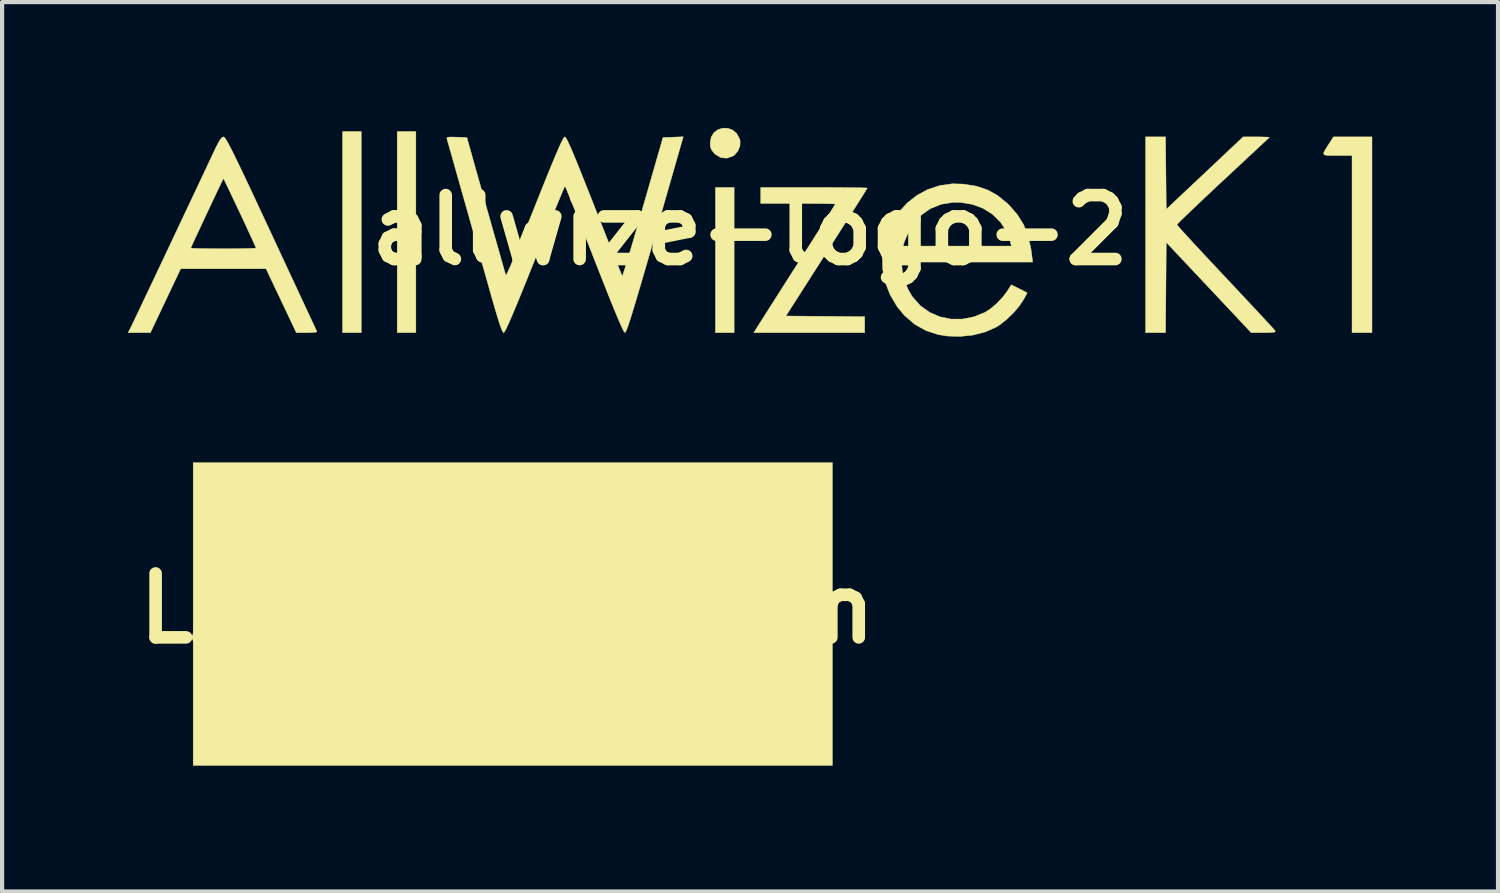
<source format=kicad_pcb>
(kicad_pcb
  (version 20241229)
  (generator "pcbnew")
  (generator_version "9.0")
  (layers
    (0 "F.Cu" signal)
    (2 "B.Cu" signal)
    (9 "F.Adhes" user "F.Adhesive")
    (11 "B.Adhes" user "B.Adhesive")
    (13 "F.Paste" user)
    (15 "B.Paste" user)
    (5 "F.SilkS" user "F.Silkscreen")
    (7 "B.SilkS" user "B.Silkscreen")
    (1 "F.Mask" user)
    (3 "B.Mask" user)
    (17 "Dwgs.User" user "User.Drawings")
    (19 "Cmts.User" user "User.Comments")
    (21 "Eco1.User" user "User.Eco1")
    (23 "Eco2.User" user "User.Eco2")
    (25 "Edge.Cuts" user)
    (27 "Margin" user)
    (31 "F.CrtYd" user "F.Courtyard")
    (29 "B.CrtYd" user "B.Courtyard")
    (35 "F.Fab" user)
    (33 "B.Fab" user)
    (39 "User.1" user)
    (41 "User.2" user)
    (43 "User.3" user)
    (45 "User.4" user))
  (footprint "allwize-logo-2"
    (layer "F.Cu")
    (at 14.834 2.436)
    (property "Reference" "allwize-logo-2" (at 0 0 0) (layer "F.SilkS") (effects (font (size 1.524 1.524) (thickness 0.3))))
    (attr through_hole)
    (fp_poly (pts (xy -9.271 2.445) (xy -9.716 2.445) (xy -9.716 -2.349) (xy -9.271 -2.349) (xy -9.271 2.445)) (stroke (width 0.01) (type solid)) (fill yes) (layer "F.SilkS"))
    (fp_poly (pts (xy -7.969 2.445) (xy -8.414 2.445) (xy -8.414 -2.349) (xy -7.969 -2.349) (xy -7.969 2.445)) (stroke (width 0.01) (type solid)) (fill yes) (layer "F.SilkS"))
    (fp_poly (pts (xy -0.381 2.445) (xy -0.826 2.445) (xy -0.826 -1.016) (xy -0.381 -1.016) (xy -0.381 2.445)) (stroke (width 0.01) (type solid)) (fill yes) (layer "F.SilkS"))
    (fp_poly (pts (xy 14.827 -2.223) (xy 14.827 2.445) (xy 14.351 2.445) (xy 14.351 -1.778) (xy 13.998 -1.778) (xy 13.837 -1.778) (xy 13.734 -1.783) (xy 13.682 -1.801) (xy 13.675 -1.84) (xy 13.708 -1.907) (xy 13.773 -2.011) (xy 13.793 -2.042) (xy 13.908 -2.223) (xy 14.368 -2.223) (xy 14.827 -2.223)) (stroke (width 0.01) (type solid)) (fill yes) (layer "F.SilkS"))
    (fp_poly (pts (xy -0.531 -2.428) (xy -0.417 -2.386) (xy -0.32 -2.303) (xy -0.252 -2.179) (xy -0.239 -2.129) (xy -0.241 -2.012) (xy -0.288 -1.892) (xy -0.368 -1.793) (xy -0.415 -1.761) (xy -0.563 -1.714) (xy -0.702 -1.73) (xy -0.829 -1.807) (xy -0.845 -1.822) (xy -0.914 -1.904) (xy -0.946 -1.981) (xy -0.953 -2.072) (xy -0.928 -2.216) (xy -0.861 -2.324) (xy -0.765 -2.396) (xy -0.651 -2.431) (xy -0.531 -2.428)) (stroke (width 0.01) (type solid)) (fill yes) (layer "F.SilkS"))
    (fp_poly (pts (xy 1.801 -1.016) (xy 2.057 -1.015) (xy 2.286 -1.013) (xy 2.48 -1.011) (xy 2.633 -1.009) (xy 2.739 -1.006) (xy 2.79 -1.004) (xy 2.794 -1.003) (xy 2.777 -0.974) (xy 2.73 -0.897) (xy 2.654 -0.776) (xy 2.553 -0.616) (xy 2.429 -0.422) (xy 2.287 -0.198) (xy 2.129 0.051) (xy 1.958 0.319) (xy 1.824 0.529) (xy 0.853 2.048) (xy 1.792 2.056) (xy 2.731 2.065) (xy 2.731 2.445) (xy 0.09 2.445) (xy 0.163 2.326) (xy 0.194 2.276) (xy 0.256 2.179) (xy 0.345 2.039) (xy 0.457 1.862) (xy 0.59 1.654) (xy 0.739 1.42) (xy 0.901 1.165) (xy 1.073 0.895) (xy 1.134 0.8) (xy 1.306 0.53) (xy 1.467 0.277) (xy 1.614 0.046) (xy 1.744 -0.159) (xy 1.853 -0.333) (xy 1.939 -0.47) (xy 1.999 -0.566) (xy 2.029 -0.615) (xy 2.032 -0.621) (xy 2.002 -0.625) (xy 1.916 -0.628) (xy 1.782 -0.631) (xy 1.61 -0.633) (xy 1.406 -0.634) (xy 1.178 -0.635) (xy 1.143 -0.635) (xy 0.254 -0.635) (xy 0.254 -1.016) (xy 1.524 -1.016) (xy 1.801 -1.016)) (stroke (width 0.01) (type solid)) (fill yes) (layer "F.SilkS"))
    (fp_poly (pts (xy 9.922 -0.496) (xy 10.839 -1.359) (xy 11.755 -2.223) (xy 12.074 -2.223) (xy 12.206 -2.221) (xy 12.309 -2.218) (xy 12.369 -2.214) (xy 12.38 -2.21) (xy 12.355 -2.187) (xy 12.288 -2.124) (xy 12.183 -2.027) (xy 12.046 -1.899) (xy 11.881 -1.746) (xy 11.693 -1.57) (xy 11.486 -1.377) (xy 11.271 -1.177) (xy 11.05 -0.971) (xy 10.844 -0.777) (xy 10.658 -0.601) (xy 10.495 -0.446) (xy 10.361 -0.317) (xy 10.26 -0.219) (xy 10.197 -0.154) (xy 10.176 -0.129) (xy 10.197 -0.102) (xy 10.258 -0.032) (xy 10.354 0.074) (xy 10.482 0.214) (xy 10.638 0.383) (xy 10.817 0.576) (xy 11.016 0.789) (xy 11.23 1.017) (xy 11.335 1.128) (xy 11.556 1.364) (xy 11.764 1.586) (xy 11.955 1.79) (xy 12.126 1.973) (xy 12.271 2.129) (xy 12.386 2.254) (xy 12.468 2.344) (xy 12.512 2.394) (xy 12.519 2.402) (xy 12.52 2.422) (xy 12.487 2.435) (xy 12.412 2.442) (xy 12.284 2.445) (xy 12.246 2.445) (xy 11.947 2.445) (xy 10.935 1.368) (xy 9.922 0.292) (xy 9.914 1.368) (xy 9.905 2.445) (xy 9.43 2.445) (xy 9.43 -2.223) (xy 9.667 -2.223) (xy 9.905 -2.223) (xy 9.922 -0.496)) (stroke (width 0.01) (type solid)) (fill yes) (layer "F.SilkS"))
    (fp_poly (pts (xy 5.088 -1.097) (xy 5.395 -1.047) (xy 5.662 -0.958) (xy 5.902 -0.824) (xy 6.13 -0.639) (xy 6.179 -0.591) (xy 6.374 -0.366) (xy 6.522 -0.127) (xy 6.627 0.14) (xy 6.696 0.446) (xy 6.714 0.579) (xy 6.736 0.762) (xy 3.619 0.762) (xy 3.619 0.886) (xy 3.639 1.051) (xy 3.694 1.24) (xy 3.774 1.429) (xy 3.872 1.594) (xy 3.873 1.594) (xy 4.058 1.802) (xy 4.278 1.96) (xy 4.524 2.067) (xy 4.789 2.121) (xy 5.065 2.121) (xy 5.344 2.065) (xy 5.6 1.962) (xy 5.738 1.872) (xy 5.886 1.745) (xy 6.025 1.597) (xy 6.129 1.458) (xy 6.228 1.304) (xy 6.418 1.399) (xy 6.607 1.495) (xy 6.518 1.659) (xy 6.415 1.814) (xy 6.273 1.979) (xy 6.11 2.135) (xy 5.945 2.264) (xy 5.869 2.312) (xy 5.613 2.426) (xy 5.321 2.501) (xy 5.011 2.535) (xy 4.7 2.526) (xy 4.49 2.493) (xy 4.191 2.396) (xy 3.921 2.243) (xy 3.679 2.034) (xy 3.506 1.825) (xy 3.337 1.539) (xy 3.223 1.243) (xy 3.163 0.942) (xy 3.153 0.642) (xy 3.186 0.381) (xy 3.647 0.381) (xy 6.23 0.381) (xy 6.209 0.294) (xy 6.115 0.035) (xy 5.971 -0.189) (xy 5.783 -0.375) (xy 5.558 -0.518) (xy 5.301 -0.614) (xy 5.019 -0.66) (xy 4.828 -0.66) (xy 4.551 -0.614) (xy 4.299 -0.513) (xy 4.08 -0.359) (xy 3.899 -0.158) (xy 3.785 0.034) (xy 3.733 0.147) (xy 3.691 0.246) (xy 3.667 0.31) (xy 3.647 0.381) (xy 3.186 0.381) (xy 3.19 0.349) (xy 3.272 0.067) (xy 3.394 -0.197) (xy 3.555 -0.439) (xy 3.751 -0.651) (xy 3.978 -0.829) (xy 4.235 -0.968) (xy 4.518 -1.061) (xy 4.824 -1.104) (xy 5.088 -1.097)) (stroke (width 0.01) (type solid)) (fill yes) (layer "F.SilkS"))
    (fp_poly (pts (xy -12.54 -2.215) (xy -12.519 -2.192) (xy -12.49 -2.15) (xy -12.452 -2.085) (xy -12.403 -1.993) (xy -12.341 -1.871) (xy -12.264 -1.715) (xy -12.171 -1.523) (xy -12.06 -1.29) (xy -11.929 -1.013) (xy -11.777 -0.688) (xy -11.602 -0.313) (xy -11.415 0.087) (xy -11.248 0.447) (xy -11.088 0.79) (xy -10.938 1.112) (xy -10.799 1.409) (xy -10.675 1.677) (xy -10.566 1.91) (xy -10.475 2.105) (xy -10.404 2.257) (xy -10.355 2.362) (xy -10.33 2.415) (xy -10.327 2.421) (xy -10.351 2.432) (xy -10.423 2.44) (xy -10.531 2.445) (xy -10.567 2.445) (xy -10.819 2.445) (xy -11.18 1.683) (xy -11.541 0.921) (xy -12.559 0.921) (xy -13.576 0.921) (xy -13.937 1.683) (xy -14.298 2.445) (xy -14.829 2.445) (xy -14.777 2.344) (xy -14.754 2.298) (xy -14.707 2.2) (xy -14.639 2.057) (xy -14.551 1.873) (xy -14.448 1.654) (xy -14.33 1.406) (xy -14.202 1.136) (xy -14.065 0.847) (xy -13.923 0.547) (xy -13.866 0.427) (xy -13.335 0.427) (xy -13.305 0.432) (xy -13.219 0.436) (xy -13.088 0.44) (xy -12.919 0.442) (xy -12.72 0.444) (xy -12.557 0.445) (xy -12.342 0.444) (xy -12.15 0.442) (xy -11.99 0.439) (xy -11.869 0.435) (xy -11.797 0.431) (xy -11.779 0.427) (xy -11.792 0.395) (xy -11.828 0.315) (xy -11.882 0.195) (xy -11.951 0.046) (xy -12.03 -0.126) (xy -12.116 -0.31) (xy -12.205 -0.498) (xy -12.292 -0.682) (xy -12.373 -0.853) (xy -12.444 -1.002) (xy -12.501 -1.12) (xy -12.54 -1.199) (xy -12.557 -1.231) (xy -12.557 -1.231) (xy -12.574 -1.198) (xy -12.613 -1.117) (xy -12.671 -0.997) (xy -12.742 -0.846) (xy -12.824 -0.673) (xy -12.911 -0.488) (xy -13 -0.299) (xy -13.086 -0.114) (xy -13.166 0.057) (xy -13.235 0.205) (xy -13.289 0.322) (xy -13.323 0.399) (xy -13.335 0.427) (xy -13.866 0.427) (xy -13.778 0.24) (xy -13.633 -0.067) (xy -13.491 -0.369) (xy -13.353 -0.66) (xy -13.224 -0.934) (xy -13.105 -1.186) (xy -13 -1.41) (xy -12.91 -1.601) (xy -12.839 -1.752) (xy -12.816 -1.801) (xy -12.735 -1.972) (xy -12.674 -2.091) (xy -12.627 -2.167) (xy -12.591 -2.208) (xy -12.559 -2.222) (xy -12.556 -2.222) (xy -12.54 -2.215)) (stroke (width 0.01) (type solid)) (fill yes) (layer "F.SilkS"))
    (fp_poly (pts (xy -2.264 0.11) (xy -2.395 0.565) (xy -2.51 0.963) (xy -2.61 1.305) (xy -2.696 1.596) (xy -2.769 1.838) (xy -2.829 2.035) (xy -2.878 2.189) (xy -2.917 2.304) (xy -2.947 2.383) (xy -2.969 2.428) (xy -2.983 2.444) (xy -2.983 2.444) (xy -3.002 2.424) (xy -3.036 2.363) (xy -3.085 2.257) (xy -3.151 2.106) (xy -3.234 1.905) (xy -3.336 1.654) (xy -3.457 1.35) (xy -3.599 0.991) (xy -3.714 0.698) (xy -3.837 0.383) (xy -3.954 0.086) (xy -4.062 -0.188) (xy -4.16 -0.433) (xy -4.245 -0.644) (xy -4.314 -0.816) (xy -4.367 -0.944) (xy -4.401 -1.023) (xy -4.414 -1.048) (xy -4.429 -1.019) (xy -4.465 -0.937) (xy -4.52 -0.805) (xy -4.593 -0.63) (xy -4.68 -0.417) (xy -4.781 -0.17) (xy -4.892 0.105) (xy -5.011 0.403) (xy -5.13 0.698) (xy -5.292 1.105) (xy -5.433 1.453) (xy -5.553 1.747) (xy -5.653 1.986) (xy -5.734 2.173) (xy -5.796 2.31) (xy -5.84 2.398) (xy -5.867 2.44) (xy -5.874 2.444) (xy -5.893 2.428) (xy -5.92 2.375) (xy -5.955 2.282) (xy -6.001 2.143) (xy -6.058 1.955) (xy -6.129 1.712) (xy -6.185 1.516) (xy -6.253 1.272) (xy -6.336 0.98) (xy -6.428 0.654) (xy -6.526 0.307) (xy -6.626 -0.048) (xy -6.725 -0.398) (xy -6.818 -0.729) (xy -6.828 -0.762) (xy -6.908 -1.045) (xy -6.983 -1.311) (xy -7.051 -1.552) (xy -7.111 -1.763) (xy -7.16 -1.936) (xy -7.197 -2.066) (xy -7.22 -2.146) (xy -7.226 -2.168) (xy -7.23 -2.197) (xy -7.21 -2.213) (xy -7.155 -2.219) (xy -7.054 -2.218) (xy -6.999 -2.216) (xy -6.753 -2.207) (xy -6.298 -0.587) (xy -6.21 -0.277) (xy -6.128 0.015) (xy -6.051 0.284) (xy -5.983 0.523) (xy -5.925 0.727) (xy -5.879 0.89) (xy -5.845 1.007) (xy -5.826 1.07) (xy -5.823 1.079) (xy -5.808 1.06) (xy -5.772 0.986) (xy -5.717 0.863) (xy -5.645 0.694) (xy -5.557 0.486) (xy -5.457 0.243) (xy -5.345 -0.031) (xy -5.225 -0.33) (xy -5.138 -0.548) (xy -4.988 -0.923) (xy -4.86 -1.243) (xy -4.751 -1.51) (xy -4.66 -1.729) (xy -4.586 -1.903) (xy -4.527 -2.035) (xy -4.482 -2.129) (xy -4.449 -2.189) (xy -4.427 -2.218) (xy -4.418 -2.223) (xy -4.401 -2.209) (xy -4.374 -2.168) (xy -4.336 -2.094) (xy -4.286 -1.985) (xy -4.222 -1.836) (xy -4.143 -1.644) (xy -4.046 -1.405) (xy -3.931 -1.117) (xy -3.795 -0.774) (xy -3.714 -0.569) (xy -3.593 -0.262) (xy -3.479 0.027) (xy -3.374 0.293) (xy -3.28 0.529) (xy -3.198 0.732) (xy -3.132 0.895) (xy -3.084 1.013) (xy -3.055 1.081) (xy -3.047 1.096) (xy -3.035 1.068) (xy -3.008 0.985) (xy -2.966 0.852) (xy -2.912 0.674) (xy -2.847 0.458) (xy -2.773 0.207) (xy -2.692 -0.071) (xy -2.605 -0.372) (xy -2.554 -0.55) (xy -2.077 -2.207) (xy -1.836 -2.216) (xy -1.594 -2.225) (xy -2.264 0.11)) (stroke (width 0.01) (type solid)) (fill yes) (layer "F.SilkS")))
  (footprint "LABEL_15x7mm"
    (layer "F.Cu")
    (at 9.042 11.457)
    (property "Reference" "LABEL_15x7mm" (at 0 0 0) (layer "F.SilkS") (effects (font (size 1.524 1.524) (thickness 0.3))))
    (attr through_hole)
    (fp_poly (pts (xy 7.754 3.743) (xy -7.486 3.743) (xy -7.486 -3.476) (xy 7.754 -3.476) (xy 7.754 3.743)) (stroke (width 0.01) (type solid)) (fill yes) (layer "F.SilkS")))
  (gr_rect
    (start -3 -3)
    (end 32.666 18.205)
    (stroke (width 0.1) (type default))
    (fill no)
    (layer "Edge.Cuts")))
</source>
